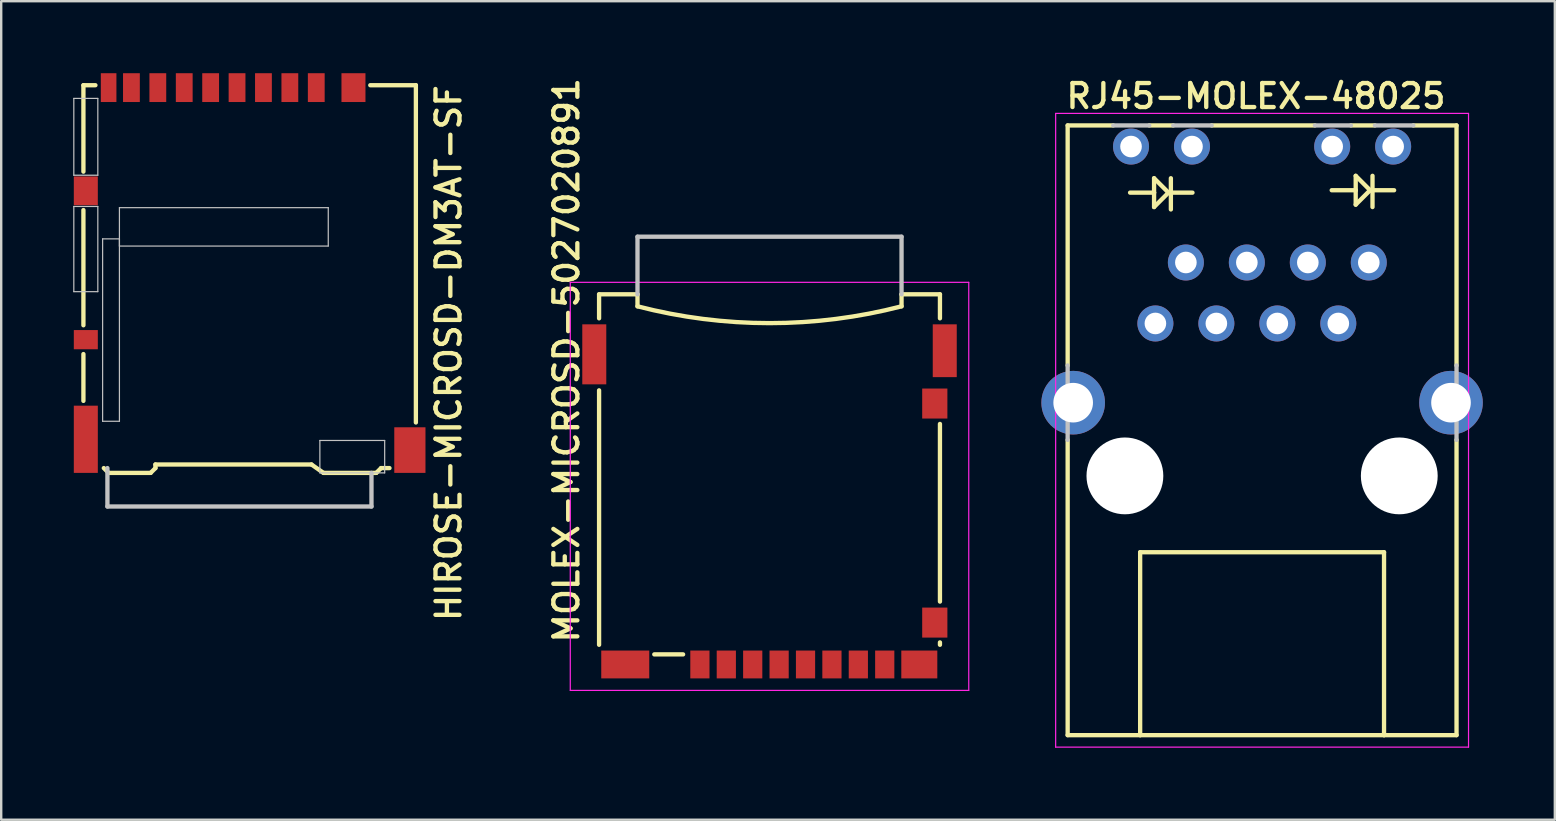
<source format=kicad_pcb>
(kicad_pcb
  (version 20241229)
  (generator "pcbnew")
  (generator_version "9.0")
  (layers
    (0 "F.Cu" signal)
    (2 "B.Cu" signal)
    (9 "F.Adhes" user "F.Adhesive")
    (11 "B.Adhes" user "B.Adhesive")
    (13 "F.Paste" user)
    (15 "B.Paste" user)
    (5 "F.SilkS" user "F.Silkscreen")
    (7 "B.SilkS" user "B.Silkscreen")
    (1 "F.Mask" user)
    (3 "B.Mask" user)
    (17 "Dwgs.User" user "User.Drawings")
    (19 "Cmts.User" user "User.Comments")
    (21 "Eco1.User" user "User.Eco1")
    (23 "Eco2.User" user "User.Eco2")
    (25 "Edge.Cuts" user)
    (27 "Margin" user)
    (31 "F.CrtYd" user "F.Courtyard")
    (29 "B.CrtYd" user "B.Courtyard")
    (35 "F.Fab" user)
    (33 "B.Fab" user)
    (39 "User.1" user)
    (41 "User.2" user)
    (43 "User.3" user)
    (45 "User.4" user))
  (footprint "HIROSE-MICROSD-DM3AT-SF"
    (layer "F.Cu")
    (at 6.925 18.05)
    (property "Reference" "HIROSE-MICROSD-DM3AT-SF" (at 8.128 -17.653 90) (layer "F.SilkS") (effects (font (size 1 1) (thickness 0.18)) (justify right top)))
    (attr through_hole)
    (fp_line (start -6.5 -17.55) (end -6 -17.55) (stroke (width 0.18) (type solid)) (layer "F.SilkS"))
    (fp_line (start -6.5 -13.95) (end -6.5 -17.55) (stroke (width 0.18) (type solid)) (layer "F.SilkS"))
    (fp_line (start -6.5 -7.55) (end -6.5 -12.35) (stroke (width 0.18) (type solid)) (layer "F.SilkS"))
    (fp_line (start -6.5 -4.4) (end -6.5 -6.35) (stroke (width 0.18) (type solid)) (layer "F.SilkS"))
    (fp_line (start -5.65 -1.6) (end -5.45 -1.4) (stroke (width 0.18) (type solid)) (layer "F.SilkS"))
    (fp_line (start -3.7 -1.4) (end -5.45 -1.4) (stroke (width 0.18) (type solid)) (layer "F.SilkS"))
    (fp_line (start -3.7 -1.4) (end -3.5 -1.6) (stroke (width 0.18) (type solid)) (layer "F.SilkS"))
    (fp_line (start -3.5 -1.75) (end 3 -1.75) (stroke (width 0.18) (type solid)) (layer "F.SilkS"))
    (fp_line (start -3.5 -1.6) (end -3.5 -1.75) (stroke (width 0.18) (type solid)) (layer "F.SilkS"))
    (fp_line (start 3 -1.75) (end 3.5 -1.4) (stroke (width 0.18) (type solid)) (layer "F.SilkS"))
    (fp_line (start 3.5 -1.4) (end 5.7 -1.4) (stroke (width 0.18) (type solid)) (layer "F.SilkS"))
    (fp_line (start 5.9 -1.6) (end 5.7 -1.4) (stroke (width 0.18) (type solid)) (layer "F.SilkS"))
    (fp_line (start 5.9 -1.6) (end 6.25 -1.6) (stroke (width 0.18) (type solid)) (layer "F.SilkS"))
    (fp_line (start 7.35 -17.55) (end 5.45 -17.55) (stroke (width 0.18) (type solid)) (layer "F.SilkS"))
    (fp_line (start 7.35 -3.5) (end 7.35 -17.55) (stroke (width 0.18) (type solid)) (layer "F.SilkS"))
    (fp_line (start -6.9 -17) (end -5.9 -17) (stroke (width 0.05) (type solid)) (layer "Dwgs.User"))
    (fp_line (start -6.9 -13.8) (end -6.9 -17) (stroke (width 0.05) (type solid)) (layer "Dwgs.User"))
    (fp_line (start -6.9 -12.5) (end -6.9 -8.95) (stroke (width 0.05) (type solid)) (layer "Dwgs.User"))
    (fp_line (start -5.9 -17) (end -5.9 -13.8) (stroke (width 0.05) (type solid)) (layer "Dwgs.User"))
    (fp_line (start -5.9 -13.8) (end -6.9 -13.8) (stroke (width 0.05) (type solid)) (layer "Dwgs.User"))
    (fp_line (start -5.9 -12.5) (end -6.9 -12.5) (stroke (width 0.05) (type solid)) (layer "Dwgs.User"))
    (fp_line (start -5.9 -8.95) (end -6.9 -8.95) (stroke (width 0.05) (type solid)) (layer "Dwgs.User"))
    (fp_line (start -5.9 -8.95) (end -5.9 -12.5) (stroke (width 0.05) (type solid)) (layer "Dwgs.User"))
    (fp_line (start -5.7 -11.15) (end -5.7 -3.55) (stroke (width 0.05) (type solid)) (layer "Dwgs.User"))
    (fp_line (start -5.7 -3.55) (end -5 -3.55) (stroke (width 0.05) (type solid)) (layer "Dwgs.User"))
    (fp_line (start -5.5 0) (end -5.5 -1.6) (stroke (width 0.18) (type solid)) (layer "Dwgs.User"))
    (fp_line (start -5.5 0) (end 5.5 0) (stroke (width 0.18) (type solid)) (layer "Dwgs.User"))
    (fp_line (start -5 -11.15) (end -5.7 -11.15) (stroke (width 0.05) (type solid)) (layer "Dwgs.User"))
    (fp_line (start -5 -10.85) (end -5 -12.45) (stroke (width 0.05) (type solid)) (layer "Dwgs.User"))
    (fp_line (start -5 -3.55) (end -5 -11.15) (stroke (width 0.05) (type solid)) (layer "Dwgs.User"))
    (fp_line (start 3.35 -2.75) (end 3.35 -1.4) (stroke (width 0.05) (type solid)) (layer "Dwgs.User"))
    (fp_line (start 3.35 -1.4) (end 6.05 -1.4) (stroke (width 0.05) (type solid)) (layer "Dwgs.User"))
    (fp_line (start 3.7 -12.45) (end -5 -12.45) (stroke (width 0.05) (type solid)) (layer "Dwgs.User"))
    (fp_line (start 3.7 -12.45) (end 3.7 -10.85) (stroke (width 0.05) (type solid)) (layer "Dwgs.User"))
    (fp_line (start 3.7 -10.85) (end -5 -10.85) (stroke (width 0.05) (type solid)) (layer "Dwgs.User"))
    (fp_line (start 5.5 0) (end 5.5 -1.4) (stroke (width 0.18) (type solid)) (layer "Dwgs.User"))
    (fp_line (start 6.05 -2.75) (end 3.35 -2.75) (stroke (width 0.05) (type solid)) (layer "Dwgs.User"))
    (fp_line (start 6.05 -1.4) (end 6.05 -2.75) (stroke (width 0.05) (type solid)) (layer "Dwgs.User"))
    (pad "1" smd rect (at 3.2 -17.45) (size 0.7 1.2) (layers "F.Cu" "F.Mask" "F.Paste"))
    (pad "2" smd rect (at 2.1 -17.45) (size 0.7 1.2) (layers "F.Cu" "F.Mask" "F.Paste"))
    (pad "3" smd rect (at 1 -17.45) (size 0.7 1.2) (layers "F.Cu" "F.Mask" "F.Paste"))
    (pad "4" smd rect (at -0.1 -17.45) (size 0.7 1.2) (layers "F.Cu" "F.Mask" "F.Paste"))
    (pad "5" smd rect (at -1.2 -17.45) (size 0.7 1.2) (layers "F.Cu" "F.Mask" "F.Paste"))
    (pad "6" smd rect (at -2.3 -17.45) (size 0.7 1.2) (layers "F.Cu" "F.Mask" "F.Paste"))
    (pad "7" smd rect (at -3.4 -17.45) (size 0.7 1.2) (layers "F.Cu" "F.Mask" "F.Paste"))
    (pad "8" smd rect (at -4.5 -17.45) (size 0.7 1.2) (layers "F.Cu" "F.Mask" "F.Paste"))
    (pad "DC" smd rect (at -6.4 -6.95) (size 1 0.8) (layers "F.Cu" "F.Mask" "F.Paste"))
    (pad "DT" smd rect (at -5.45 -17.45) (size 0.65 1.2) (layers "F.Cu" "F.Mask" "F.Paste"))
    (pad "SH" smd rect (at -6.4 -13.15) (size 1 1.2) (layers "F.Cu" "F.Mask" "F.Paste"))
    (pad "SH" smd rect (at -6.4 -2.8) (size 1 2.8) (layers "F.Cu" "F.Mask" "F.Paste"))
    (pad "SH" smd rect (at 4.75 -17.45) (size 1 1.2) (layers "F.Cu" "F.Mask" "F.Paste"))
    (pad "SH" smd rect (at 7.1 -2.35) (size 1.3 1.9) (layers "F.Cu" "F.Mask" "F.Paste")))
  (footprint "RJ45-MOLEX-48025"
    (layer "F.Cu")
    (at 49.527 27.575)
    (property "Reference" "RJ45-MOLEX-48025" (at -8.255 -26.035 0) (layer "F.SilkS") (effects (font (size 1 1) (thickness 0.18)) (justify left bottom)))
    (attr through_hole)
    (fp_line (start -8.1 -25.4) (end -6.2 -25.4) (stroke (width 0.18) (type solid)) (layer "F.SilkS"))
    (fp_line (start -8.1 -15.4) (end -8.1 -25.4) (stroke (width 0.18) (type solid)) (layer "F.SilkS"))
    (fp_line (start -8.1 0) (end -8.1 -12.3) (stroke (width 0.18) (type solid)) (layer "F.SilkS"))
    (fp_line (start -5.08 -7.62) (end 5.08 -7.62) (stroke (width 0.18) (type solid)) (layer "F.SilkS"))
    (fp_line (start -5.08 0) (end -8.1 0) (stroke (width 0.18) (type solid)) (layer "F.SilkS"))
    (fp_line (start -5.08 0) (end -5.08 -7.62) (stroke (width 0.18) (type solid)) (layer "F.SilkS"))
    (fp_line (start -4.7 -25.4) (end -3.7 -25.4) (stroke (width 0.18) (type solid)) (layer "F.SilkS"))
    (fp_line (start -4.5 -23.2) (end -3.9 -22.6) (stroke (width 0.18) (type solid)) (layer "F.SilkS"))
    (fp_line (start -4.5 -22.6) (end -5.5 -22.6) (stroke (width 0.18) (type solid)) (layer "F.SilkS"))
    (fp_line (start -4.5 -22.6) (end -4.5 -23.2) (stroke (width 0.18) (type solid)) (layer "F.SilkS"))
    (fp_line (start -4.5 -22) (end -4.5 -22.6) (stroke (width 0.18) (type solid)) (layer "F.SilkS"))
    (fp_line (start -3.9 -22.6) (end -4.5 -22) (stroke (width 0.18) (type solid)) (layer "F.SilkS"))
    (fp_line (start -3.9 -22.6) (end -2.9 -22.6) (stroke (width 0.18) (type solid)) (layer "F.SilkS"))
    (fp_line (start -3.8 -21.9) (end -3.8 -23.2) (stroke (width 0.18) (type solid)) (layer "F.SilkS"))
    (fp_line (start -2.1 -25.4) (end 2.2 -25.4) (stroke (width 0.18) (type solid)) (layer "F.SilkS"))
    (fp_line (start 3.7 -25.4) (end 4.7 -25.4) (stroke (width 0.18) (type solid)) (layer "F.SilkS"))
    (fp_line (start 3.9 -23.3) (end 4.5 -22.7) (stroke (width 0.18) (type solid)) (layer "F.SilkS"))
    (fp_line (start 3.9 -22.7) (end 2.9 -22.7) (stroke (width 0.18) (type solid)) (layer "F.SilkS"))
    (fp_line (start 3.9 -22.7) (end 3.9 -23.3) (stroke (width 0.18) (type solid)) (layer "F.SilkS"))
    (fp_line (start 3.9 -22.1) (end 3.9 -22.7) (stroke (width 0.18) (type solid)) (layer "F.SilkS"))
    (fp_line (start 4.5 -22.7) (end 3.9 -22.1) (stroke (width 0.18) (type solid)) (layer "F.SilkS"))
    (fp_line (start 4.5 -22.7) (end 5.5 -22.7) (stroke (width 0.18) (type solid)) (layer "F.SilkS"))
    (fp_line (start 4.6 -22) (end 4.6 -23.3) (stroke (width 0.18) (type solid)) (layer "F.SilkS"))
    (fp_line (start 5.08 -7.62) (end 5.08 0) (stroke (width 0.18) (type solid)) (layer "F.SilkS"))
    (fp_line (start 5.08 0) (end -5.08 0) (stroke (width 0.18) (type solid)) (layer "F.SilkS"))
    (fp_line (start 6.3 -25.4) (end 8.1 -25.4) (stroke (width 0.18) (type solid)) (layer "F.SilkS"))
    (fp_line (start 8.1 -15.4) (end 8.1 -25.4) (stroke (width 0.18) (type solid)) (layer "F.SilkS"))
    (fp_line (start 8.1 0) (end 5.08 0) (stroke (width 0.18) (type solid)) (layer "F.SilkS"))
    (fp_line (start 8.1 0) (end 8.1 -12.3) (stroke (width 0.18) (type solid)) (layer "F.SilkS"))
    (fp_line (start -8.1 -12.3) (end -8.1 -15.4) (stroke (width 0.18) (type solid)) (layer "Dwgs.User"))
    (fp_line (start -6.2 -25.4) (end -4.7 -25.4) (stroke (width 0.18) (type solid)) (layer "Dwgs.User"))
    (fp_line (start -3.7 -25.4) (end -2.1 -25.4) (stroke (width 0.18) (type solid)) (layer "Dwgs.User"))
    (fp_line (start 2.2 -25.4) (end 3.7 -25.4) (stroke (width 0.18) (type solid)) (layer "Dwgs.User"))
    (fp_line (start 4.7 -25.4) (end 6.3 -25.4) (stroke (width 0.18) (type solid)) (layer "Dwgs.User"))
    (fp_line (start 8.1 -12.3) (end 8.1 -15.4) (stroke (width 0.18) (type solid)) (layer "Dwgs.User"))
    (fp_line (start -8.6 -25.9) (end 8.6 -25.9) (stroke (width 0.05) (type solid)) (layer "F.CrtYd"))
    (fp_line (start -8.6 0.5) (end -8.6 -25.9) (stroke (width 0.05) (type solid)) (layer "F.CrtYd"))
    (fp_line (start 8.6 -25.9) (end 8.6 0.5) (stroke (width 0.05) (type solid)) (layer "F.CrtYd"))
    (fp_line (start 8.6 0.5) (end -8.6 0.5) (stroke (width 0.05) (type solid)) (layer "F.CrtYd"))
    (pad "" np_thru_hole circle (at -5.715 -10.8) (size 3.2 3.2) (drill 3.2) (layers "*.Cu"))
    (pad "" np_thru_hole circle (at 5.715 -10.8) (size 3.2 3.2) (drill 3.2) (layers "*.Cu"))
    (pad "1" thru_hole circle (at 4.445 -19.69) (size 1.5 1.5) (drill 0.9) (layers "*.Cu" "*.Mask"))
    (pad "2" thru_hole circle (at 3.175 -17.15) (size 1.5 1.5) (drill 0.9) (layers "*.Cu" "*.Mask"))
    (pad "3" thru_hole circle (at 1.905 -19.69) (size 1.5 1.5) (drill 0.9) (layers "*.Cu" "*.Mask"))
    (pad "4" thru_hole circle (at 0.635 -17.15) (size 1.5 1.5) (drill 0.9) (layers "*.Cu" "*.Mask"))
    (pad "5" thru_hole circle (at -0.635 -19.69) (size 1.5 1.5) (drill 0.9) (layers "*.Cu" "*.Mask"))
    (pad "6" thru_hole circle (at -1.905 -17.15) (size 1.5 1.5) (drill 0.9) (layers "*.Cu" "*.Mask"))
    (pad "7" thru_hole circle (at -3.175 -19.69) (size 1.5 1.5) (drill 0.9) (layers "*.Cu" "*.Mask"))
    (pad "8" thru_hole circle (at -4.445 -17.15) (size 1.5 1.5) (drill 0.9) (layers "*.Cu" "*.Mask"))
    (pad "LA" thru_hole circle (at -5.46 -24.52) (size 1.5 1.5) (drill 0.9) (layers "*.Cu" "*.Mask"))
    (pad "LK" thru_hole circle (at -2.92 -24.52) (size 1.5 1.5) (drill 0.9) (layers "*.Cu" "*.Mask"))
    (pad "RA" thru_hole circle (at 2.92 -24.52) (size 1.5 1.5) (drill 0.9) (layers "*.Cu" "*.Mask"))
    (pad "RK" thru_hole circle (at 5.46 -24.52) (size 1.5 1.5) (drill 0.9) (layers "*.Cu" "*.Mask"))
    (pad "SH" thru_hole circle (at -7.87 -13.85) (size 2.65 2.65) (drill 1.65) (layers "*.Cu" "*.Mask"))
    (pad "SH" thru_hole circle (at 7.87 -13.85) (size 2.65 2.65) (drill 1.65) (layers "*.Cu" "*.Mask")))
  (footprint "MOLEX-MICROSD-5027020891"
    (layer "F.Cu")
    (at 29.007 9.211)
    (property "Reference" "MOLEX-MICROSD-5027020891" (at -7.874 14.605 90) (layer "F.SilkS") (effects (font (size 1 1) (thickness 0.18)) (justify left bottom)))
    (attr through_hole)
    (fp_line (start -7.1 0) (end -5.5 0) (stroke (width 0.18) (type solid)) (layer "F.SilkS"))
    (fp_line (start -7.1 1) (end -7.1 0) (stroke (width 0.18) (type solid)) (layer "F.SilkS"))
    (fp_line (start -7.1 14.6) (end -7.1 4) (stroke (width 0.18) (type solid)) (layer "F.SilkS"))
    (fp_line (start -5.5 0) (end -5.5 0.5) (stroke (width 0.18) (type solid)) (layer "F.SilkS"))
    (fp_line (start -3.6 15) (end -4.8 15) (stroke (width 0.18) (type solid)) (layer "F.SilkS"))
    (fp_line (start 5.5 0) (end 7.1 0) (stroke (width 0.18) (type solid)) (layer "F.SilkS"))
    (fp_line (start 5.5 0.5) (end 5.5 0) (stroke (width 0.18) (type solid)) (layer "F.SilkS"))
    (fp_line (start 7.1 0) (end 7.1 1) (stroke (width 0.18) (type solid)) (layer "F.SilkS"))
    (fp_line (start 7.1 5.4) (end 7.1 12.8) (stroke (width 0.18) (type solid)) (layer "F.SilkS"))
    (fp_line (start 7.1 14.5) (end 7.1 14.6) (stroke (width 0.18) (type solid)) (layer "F.SilkS"))
    (fp_arc (start 5.5 0.5) (mid 0 1.200228) (end -5.5 0.5) (stroke (width 0.18) (type solid)) (layer "F.SilkS"))
    (fp_line (start -5.5 -2.4) (end 5.5 -2.4) (stroke (width 0.18) (type solid)) (layer "Dwgs.User"))
    (fp_line (start -5.5 0) (end -5.5 -2.4) (stroke (width 0.18) (type solid)) (layer "Dwgs.User"))
    (fp_line (start 5.5 -2.4) (end 5.5 0) (stroke (width 0.18) (type solid)) (layer "Dwgs.User"))
    (fp_line (start -8.3 -0.5) (end 8.3 -0.5) (stroke (width 0.05) (type solid)) (layer "F.CrtYd"))
    (fp_line (start -8.3 16.5) (end -8.3 -0.5) (stroke (width 0.05) (type solid)) (layer "F.CrtYd"))
    (fp_line (start 8.3 -0.5) (end 8.3 16.5) (stroke (width 0.05) (type solid)) (layer "F.CrtYd"))
    (fp_line (start 8.3 16.5) (end -8.3 16.5) (stroke (width 0.05) (type solid)) (layer "F.CrtYd"))
    (pad "1" smd rect (at -2.9 15.42) (size 0.8 1.16) (layers "F.Cu" "F.Mask" "F.Paste"))
    (pad "2" smd rect (at -1.8 15.42) (size 0.8 1.16) (layers "F.Cu" "F.Mask" "F.Paste"))
    (pad "3" smd rect (at -0.7 15.42) (size 0.8 1.16) (layers "F.Cu" "F.Mask" "F.Paste"))
    (pad "4" smd rect (at 0.4 15.42) (size 0.8 1.16) (layers "F.Cu" "F.Mask" "F.Paste"))
    (pad "5" smd rect (at 1.5 15.42) (size 0.8 1.16) (layers "F.Cu" "F.Mask" "F.Paste"))
    (pad "6" smd rect (at 2.6 15.42) (size 0.8 1.16) (layers "F.Cu" "F.Mask" "F.Paste"))
    (pad "7" smd rect (at 3.7 15.42) (size 0.8 1.16) (layers "F.Cu" "F.Mask" "F.Paste"))
    (pad "8" smd rect (at 4.8 15.42) (size 0.8 1.16) (layers "F.Cu" "F.Mask" "F.Paste"))
    (pad "DC" smd rect (at 6.885 13.675) (size 1.05 1.25) (layers "F.Cu" "F.Mask" "F.Paste"))
    (pad "DT" smd rect (at 6.885 4.55) (size 1.05 1.25) (layers "F.Cu" "F.Mask" "F.Paste"))
    (pad "SH" smd rect (at -7.3 2.5) (size 1 2.5) (layers "F.Cu" "F.Mask" "F.Paste"))
    (pad "SH" smd rect (at -6.01 15.42) (size 2 1.16) (layers "F.Cu" "F.Mask" "F.Paste"))
    (pad "SH" smd rect (at 6.24 15.42) (size 1.5 1.16) (layers "F.Cu" "F.Mask" "F.Paste"))
    (pad "SH" smd rect (at 7.3 2.35) (size 1 2.2) (layers "F.Cu" "F.Mask" "F.Paste")))
  (gr_rect
    (start -3 -3)
    (end 61.722 31.1)
    (stroke (width 0.1) (type default))
    (fill no)
    (layer "Edge.Cuts")))
</source>
